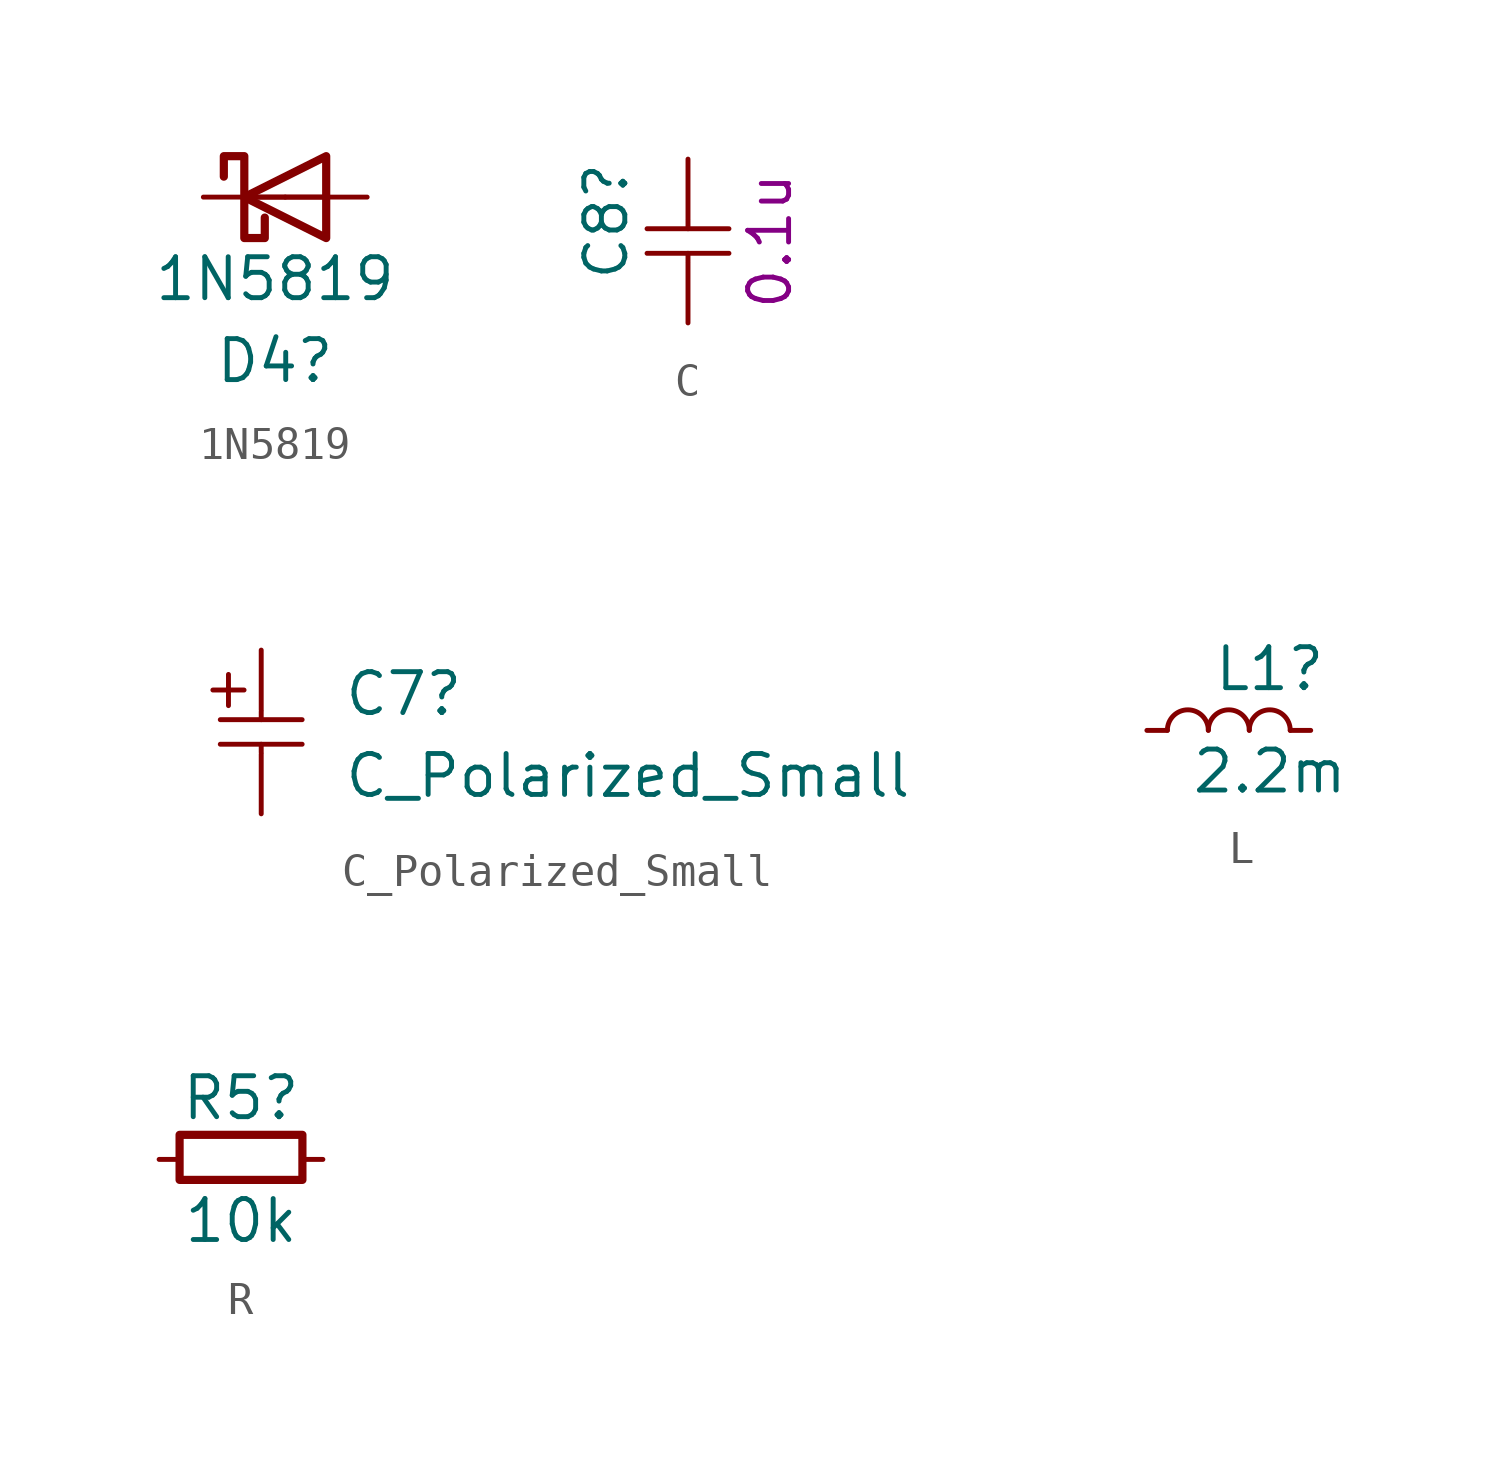
<source format=kicad_sym>
(kicad_symbol_lib
  (version 20220914)
  (generator kicad_symbol_editor)
  (symbol "1N5819"
    (pin_numbers hide)
    (pin_names hide)
    (property "Reference" "D4"
      (at -0.318 -5.08 0)
      (effects (font (size 1.27 1.27))))
    (property "Value" "1N5819"
      (at -0.318 -2.54 0)
      (effects (font (size 1.27 1.27))))
    (property "Datasheet" ""
      (at 0 0 0)
      (effects (font (size 1.27 1.27))))
    (symbol "1N5819_0_1"
      (polyline (pts (xy 1.27 0) (xy -1.27 0)) (stroke (width 0) (type default)) (fill (type none)))
      (polyline (pts (xy 1.27 1.27) (xy 1.27 -1.27) (xy -1.27 0) (xy 1.27 1.27)) (stroke (width 0.254) (type default)) (fill (type none)))
      (polyline (pts (xy -1.905 0.635) (xy -1.905 1.27) (xy -1.27 1.27) (xy -1.27 -1.27) (xy -0.635 -1.27) (xy -0.635 -0.635)) (stroke (width 0.254) (type default)) (fill (type none))))
    (symbol "1N5819_1_1"
      (pin passive line (at -2.54 0 0) (length 2.54) (name "K" (effects (font (size 1.27 1.27)))) (number "1" (effects (font (size 1.27 1.27)))))
      (pin passive line (at 2.54 0 180) (length 2.54) (name "A" (effects (font (size 1.27 1.27)))) (number "2" (effects (font (size 1.27 1.27)))))))
  (symbol "C"
    (pin_numbers hide)
    (pin_names
      (offset 0.254) hide)
    (property "Reference" "C8"
      (at -2.54 -1.27 90)
      (effects (font (size 1.27 1.27)) (justify left)))
    (property "Value_1" "0.1u"
      (at 2.54 0 90)
      (effects (font (size 1.27 1.27))))
    (symbol "C_0_1"
      (polyline (pts (xy -1.27 0.381) (xy 1.27 0.381)) (stroke (width 0) (type default)) (fill (type none)))
      (polyline (pts (xy 0 -0.381) (xy 0 -0.635)) (stroke (width 0) (type default)) (fill (type none)))
      (polyline (pts (xy 0 0.381) (xy 0 0.635)) (stroke (width 0) (type default)) (fill (type none)))
      (polyline (pts (xy 1.27 -0.381) (xy -1.27 -0.381)) (stroke (width 0) (type default)) (fill (type none))))
    (symbol "C_1_1"
      (pin passive line (at 0 2.54 270) (length 1.854) (name "plus" (effects (font (size 1.27 1.27)))) (number "1" (effects (font (size 1.27 1.27)))))
      (pin passive line (at 0 -2.54 90) (length 1.854) (name "minus" (effects (font (size 1.27 1.27)))) (number "2" (effects (font (size 1.27 1.27)))))))
  (symbol "C_Polarized_Small"
    (pin_numbers hide)
    (pin_names
      (offset 0.254) hide)
    (property "Reference" "C7"
      (at 2.54 1.181 0)
      (effects (font (size 1.27 1.27)) (justify left)))
    (property "Value" "C_Polarized_Small"
      (at 2.54 -1.359 0)
      (effects (font (size 1.27 1.27)) (justify left)))
    (symbol "C_Polarized_Small_0_1"
      (polyline (pts (xy -1.27 0.381) (xy 1.27 0.381)) (stroke (width 0) (type default)) (fill (type none)))
      (polyline (pts (xy 0 -0.381) (xy 0 -0.635)) (stroke (width 0) (type default)) (fill (type none)))
      (polyline (pts (xy 0 0.381) (xy 0 0.635)) (stroke (width 0) (type default)) (fill (type none)))
      (polyline (pts (xy 1.27 -0.381) (xy -1.27 -0.381)) (stroke (width 0) (type default)) (fill (type none))))
    (symbol "C_Polarized_Small_1_1"
      (text "+" (at -1.016 1.397 0) (effects (font (size 1.27 1.27))))
      (pin passive line (at 0 2.54 270) (length 1.854) (name "plus" (effects (font (size 1.27 1.27)))) (number "1" (effects (font (size 1.27 1.27)))))
      (pin passive line (at 0 -2.54 90) (length 1.854) (name "minus" (effects (font (size 1.27 1.27)))) (number "2" (effects (font (size 1.27 1.27)))))))
  (symbol "L"
    (pin_numbers hide)
    (pin_names
      (offset 1.016) hide)
    (property "Reference" "L1"
      (at 3.81 1.905 0)
      (effects (font (size 1.27 1.27))))
    (property "Value" "2.2m"
      (at 3.81 -1.27 0)
      (effects (font (size 1.27 1.27))))
    (symbol "L_0_1"
      (arc (start 1.905 0.0027) (mid 1.27 0.635) (end 0.635 0.0027) (stroke (width 0) (type default)) (fill (type none)))
      (arc (start 3.175 0.0027) (mid 2.54 0.635) (end 1.905 0.0027) (stroke (width 0) (type default)) (fill (type none)))
      (arc (start 4.445 0.0027) (mid 3.81 0.635) (end 3.175 0.0027) (stroke (width 0) (type default)) (fill (type none))))
    (symbol "L_1_1"
      (pin passive line (at 0 0 0) (length 0.635) (name "1" (effects (font (size 1.27 1.27)))) (number "1" (effects (font (size 1.27 1.27)))))
      (pin passive line (at 5.08 0 180) (length 0.635) (name "2" (effects (font (size 1.27 1.27)))) (number "2" (effects (font (size 1.27 1.27)))))))
  (symbol "R"
    (pin_numbers hide)
    (pin_names
      (offset 0))
    (property "Reference" "R5"
      (at 2.54 1.905 0)
      (effects (font (size 1.27 1.27))))
    (property "Value" "10k"
      (at 2.54 -1.905 0)
      (effects (font (size 1.27 1.27))))
    (symbol "R_0_1"
      (rectangle (start 0.635 0.762) (end 4.445 -0.635) (stroke (width 0.254) (type default)) (fill (type none))))
    (symbol "R_1_1"
      (pin passive line (at 0 0 0) (length 0.635) (name "~" (effects (font (size 1.27 1.27)))) (number "1" (effects (font (size 1.27 1.27)))))
      (pin passive line (at 5.08 0 180) (length 0.635) (name "" (effects (font (size 1.27 1.27)))) (number "2" (effects (font (size 1.27 1.27))))))))
</source>
